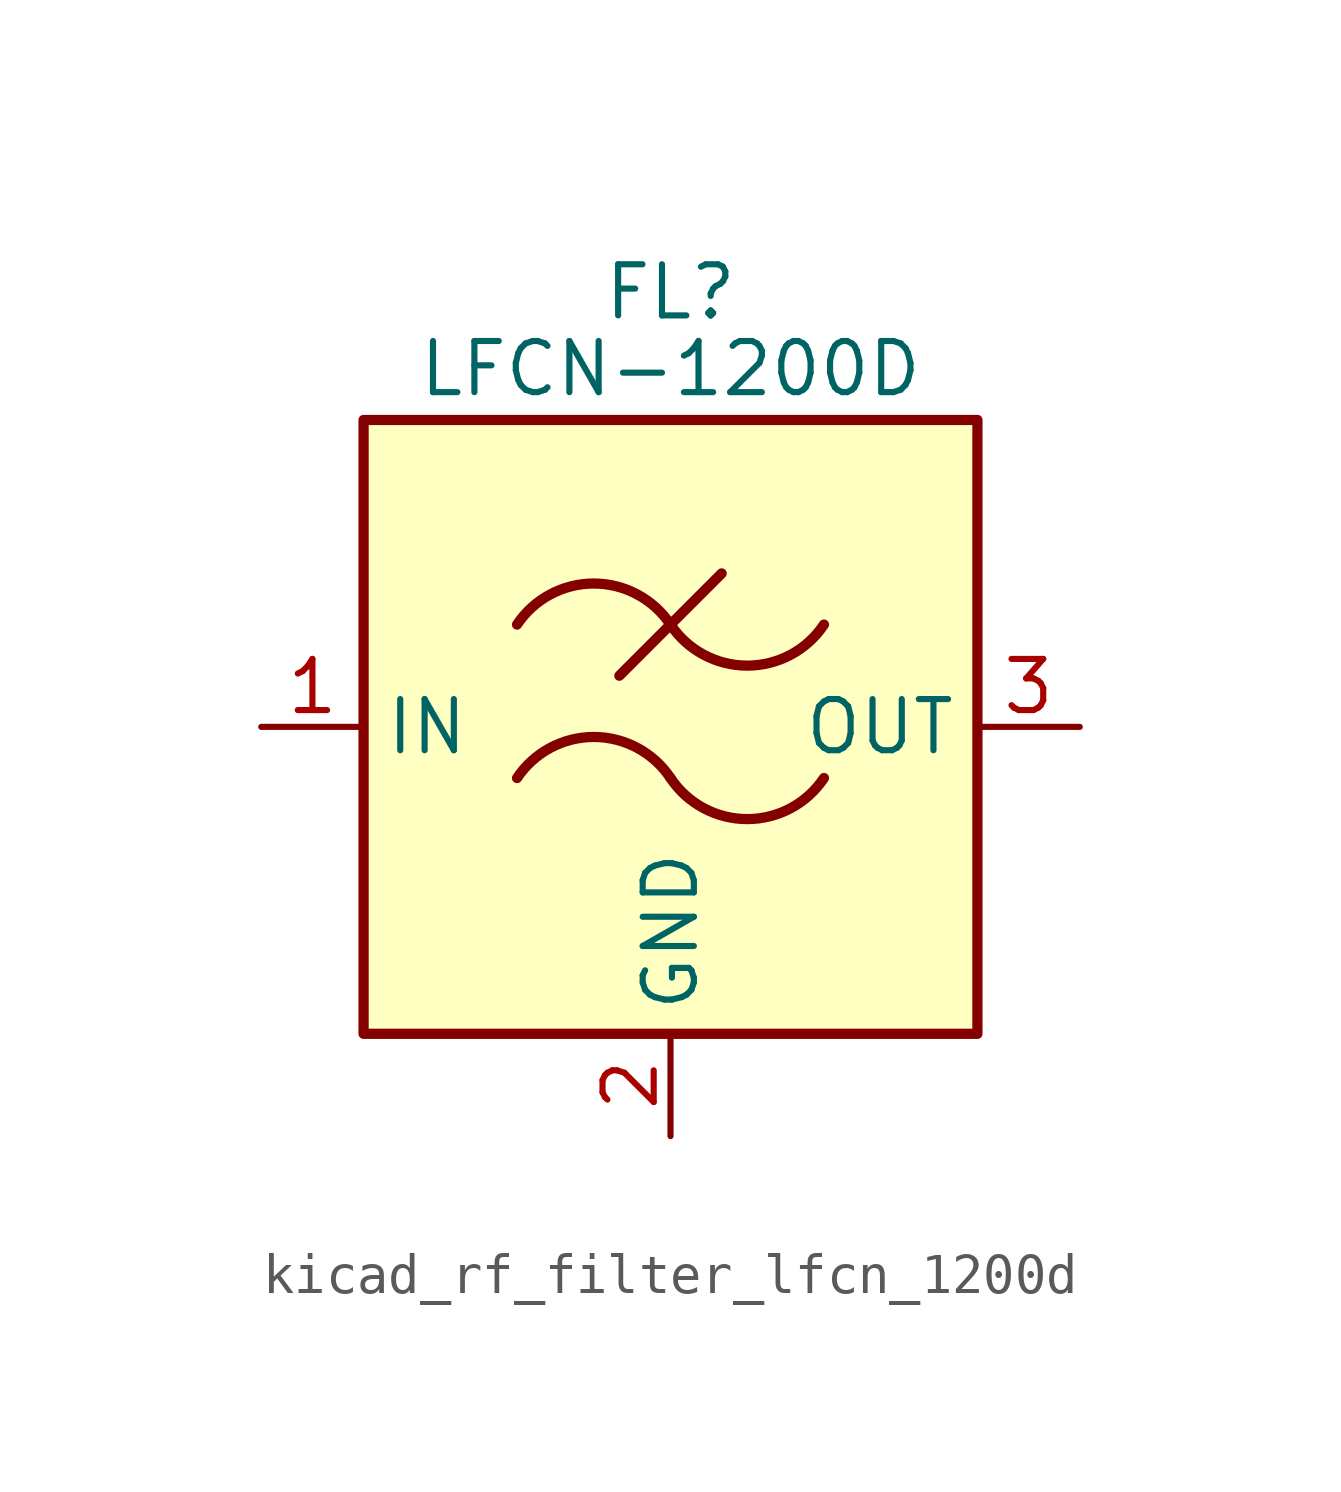
<source format=kicad_sym>
(kicad_symbol_lib
  (version 20220914)
  (generator kicad_symbol_editor)
  (symbol "kicad_rf_filter_lfcn_1200d"
    (property "Reference" "FL"
      (at 0 10.795 0)
      (effects (font (size 1.27 1.27))))
    (property "Value" "LFCN-1200D"
      (at 0 8.89 0)
      (effects (font (size 1.27 1.27))))
    (symbol "kicad_rf_filter_lfcn_1200d_0_1"
      (rectangle (start -7.62 7.62) (end 7.62 -7.62) (stroke (width 0.254) (type default)) (fill (type background)))
      (arc (start 0 -1.27) (mid -1.905 -0.2505) (end -3.81 -1.27) (stroke (width 0.254) (type default)) (fill (type none)))
      (arc (start 0 -1.27) (mid 1.905 -2.2895) (end 3.81 -1.27) (stroke (width 0.254) (type default)) (fill (type none)))
      (polyline (pts (xy -1.27 1.27) (xy 1.27 3.81)) (stroke (width 0.254) (type default)) (fill (type none)))
      (arc (start 0 2.54) (mid -1.905 3.5595) (end -3.81 2.54) (stroke (width 0.254) (type default)) (fill (type none)))
      (arc (start 0 2.54) (mid 1.905 1.5205) (end 3.81 2.54) (stroke (width 0.254) (type default)) (fill (type none))))
    (symbol "kicad_rf_filter_lfcn_1200d_1_1"
      (pin passive line (at -10.16 0 0) (length 2.54) (name "IN" (effects (font (size 1.27 1.27)))) (number "1" (effects (font (size 1.27 1.27)))))
      (pin passive line (at 0 -10.16 90) (length 2.54) (name "GND" (effects (font (size 1.27 1.27)))) (number "2" (effects (font (size 1.27 1.27)))))
      (pin passive line (at 10.16 0 180) (length 2.54) (name "OUT" (effects (font (size 1.27 1.27)))) (number "3" (effects (font (size 1.27 1.27)))))
      (pin passive line (at 0 -10.16 90) (length 2.54) hide (name "GND" (effects (font (size 1.27 1.27)))) (number "4" (effects (font (size 1.27 1.27))))))))
</source>
